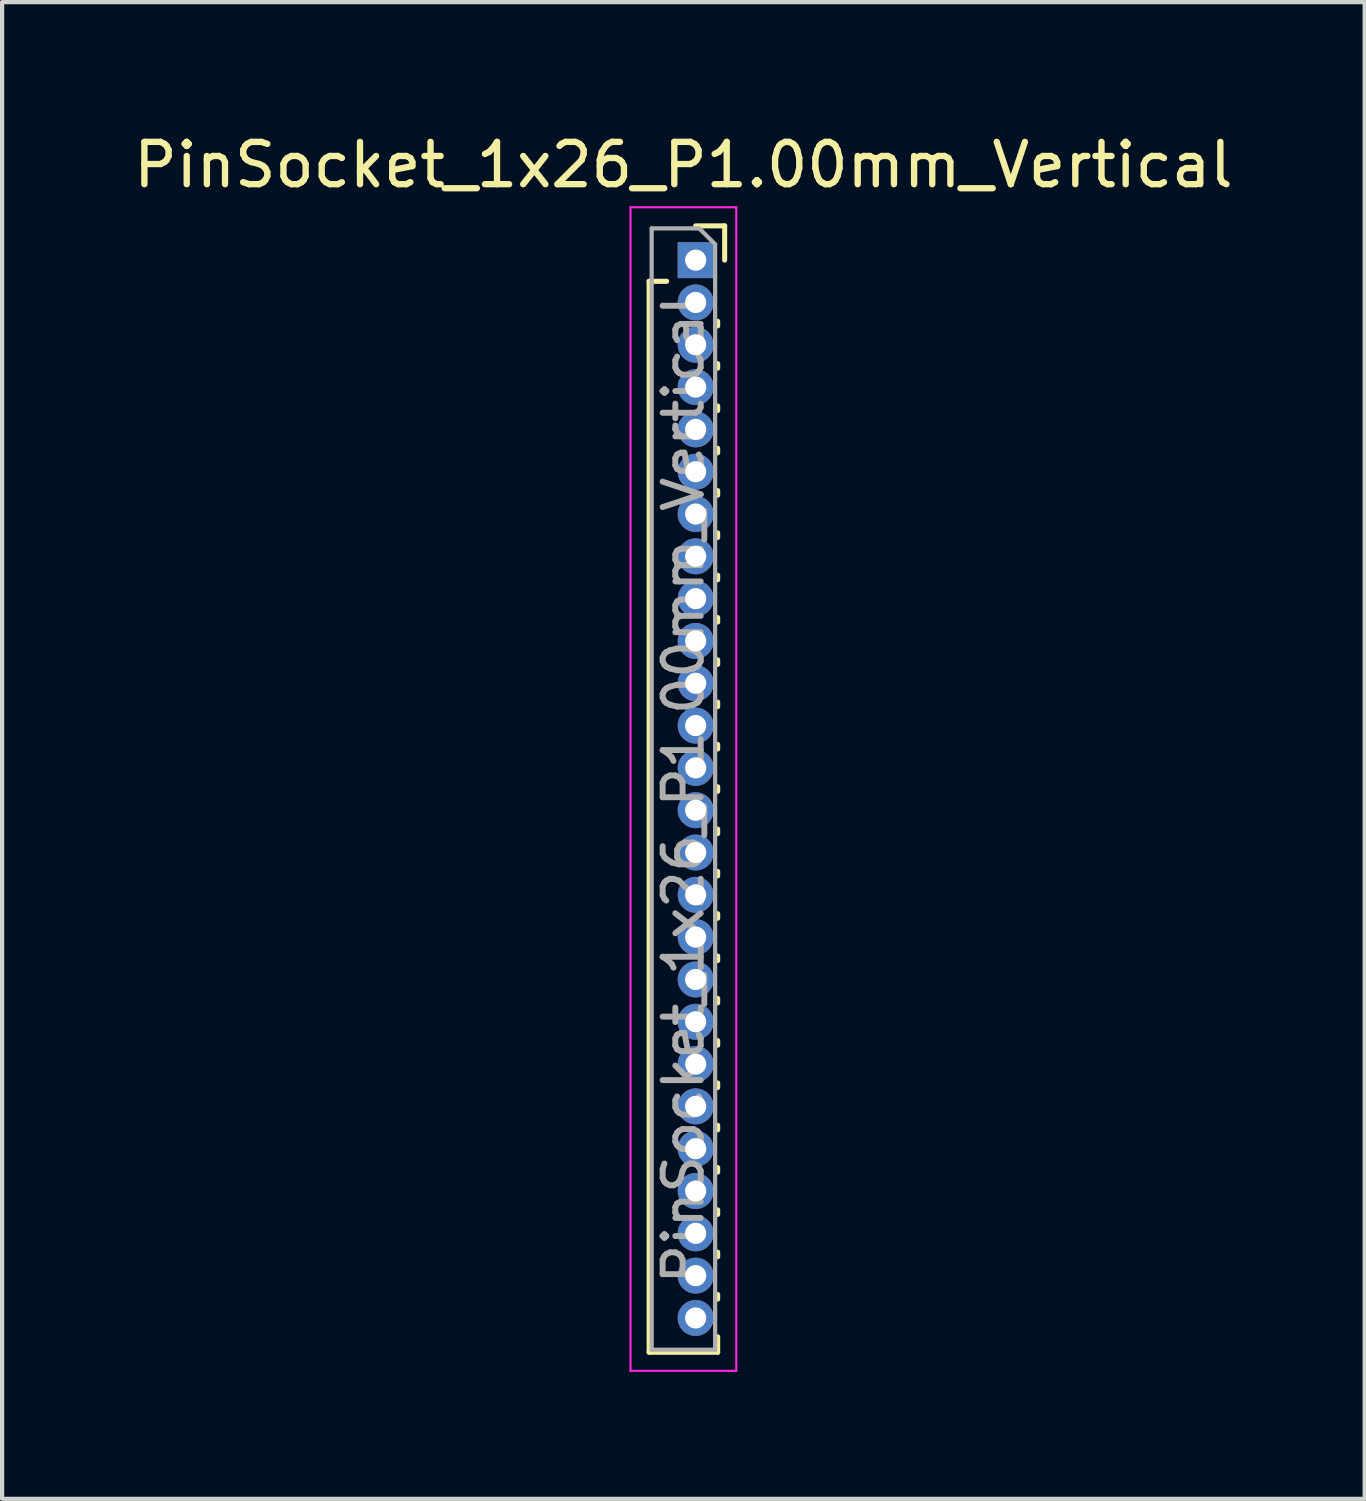
<source format=kicad_pcb>
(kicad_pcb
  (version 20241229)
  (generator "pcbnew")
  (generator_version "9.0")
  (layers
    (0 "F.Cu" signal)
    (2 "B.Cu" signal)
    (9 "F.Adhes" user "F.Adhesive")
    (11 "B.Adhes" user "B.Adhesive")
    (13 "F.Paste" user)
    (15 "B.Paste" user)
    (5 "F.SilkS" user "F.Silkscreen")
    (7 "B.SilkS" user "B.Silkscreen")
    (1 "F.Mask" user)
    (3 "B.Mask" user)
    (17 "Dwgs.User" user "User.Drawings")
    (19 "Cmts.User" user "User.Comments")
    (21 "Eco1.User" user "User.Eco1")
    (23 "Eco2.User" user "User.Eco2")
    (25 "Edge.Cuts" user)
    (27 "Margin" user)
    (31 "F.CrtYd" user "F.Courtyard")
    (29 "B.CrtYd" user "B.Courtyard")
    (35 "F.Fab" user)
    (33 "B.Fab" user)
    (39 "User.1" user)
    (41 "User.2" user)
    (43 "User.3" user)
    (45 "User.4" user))
  (footprint "PinSocket_1x26_P1.00mm_Vertical"
    (layer "F.Cu")
    (at 13.391 3.098)
    (property "Reference" "PinSocket_1x26_P1.00mm_Vertical" (at -0.29 -2.25 0) (layer "F.SilkS") (effects (font (size 1 1) (thickness 0.15))))
    (attr through_hole)
    (fp_line (start -1.1 0.5) (end -1.1 25.81) (stroke (width 0.12) (type solid)) (layer "F.SilkS"))
    (fp_line (start -1.1 0.5) (end -0.685 0.5) (stroke (width 0.12) (type solid)) (layer "F.SilkS"))
    (fp_line (start -1.1 25.81) (end 0.52 25.81) (stroke (width 0.12) (type solid)) (layer "F.SilkS"))
    (fp_line (start 0 -0.81) (end 0.685 -0.81) (stroke (width 0.12) (type solid)) (layer "F.SilkS"))
    (fp_line (start 0.52 1.446) (end 0.52 1.554) (stroke (width 0.12) (type solid)) (layer "F.SilkS"))
    (fp_line (start 0.52 2.446) (end 0.52 2.554) (stroke (width 0.12) (type solid)) (layer "F.SilkS"))
    (fp_line (start 0.52 3.446) (end 0.52 3.554) (stroke (width 0.12) (type solid)) (layer "F.SilkS"))
    (fp_line (start 0.52 4.446) (end 0.52 4.554) (stroke (width 0.12) (type solid)) (layer "F.SilkS"))
    (fp_line (start 0.52 5.446) (end 0.52 5.554) (stroke (width 0.12) (type solid)) (layer "F.SilkS"))
    (fp_line (start 0.52 6.446) (end 0.52 6.554) (stroke (width 0.12) (type solid)) (layer "F.SilkS"))
    (fp_line (start 0.52 7.446) (end 0.52 7.554) (stroke (width 0.12) (type solid)) (layer "F.SilkS"))
    (fp_line (start 0.52 8.446) (end 0.52 8.554) (stroke (width 0.12) (type solid)) (layer "F.SilkS"))
    (fp_line (start 0.52 9.446) (end 0.52 9.554) (stroke (width 0.12) (type solid)) (layer "F.SilkS"))
    (fp_line (start 0.52 10.446) (end 0.52 10.554) (stroke (width 0.12) (type solid)) (layer "F.SilkS"))
    (fp_line (start 0.52 11.446) (end 0.52 11.554) (stroke (width 0.12) (type solid)) (layer "F.SilkS"))
    (fp_line (start 0.52 12.446) (end 0.52 12.554) (stroke (width 0.12) (type solid)) (layer "F.SilkS"))
    (fp_line (start 0.52 13.446) (end 0.52 13.554) (stroke (width 0.12) (type solid)) (layer "F.SilkS"))
    (fp_line (start 0.52 14.446) (end 0.52 14.554) (stroke (width 0.12) (type solid)) (layer "F.SilkS"))
    (fp_line (start 0.52 15.446) (end 0.52 15.554) (stroke (width 0.12) (type solid)) (layer "F.SilkS"))
    (fp_line (start 0.52 16.446) (end 0.52 16.554) (stroke (width 0.12) (type solid)) (layer "F.SilkS"))
    (fp_line (start 0.52 17.446) (end 0.52 17.554) (stroke (width 0.12) (type solid)) (layer "F.SilkS"))
    (fp_line (start 0.52 18.446) (end 0.52 18.554) (stroke (width 0.12) (type solid)) (layer "F.SilkS"))
    (fp_line (start 0.52 19.446) (end 0.52 19.554) (stroke (width 0.12) (type solid)) (layer "F.SilkS"))
    (fp_line (start 0.52 20.446) (end 0.52 20.554) (stroke (width 0.12) (type solid)) (layer "F.SilkS"))
    (fp_line (start 0.52 21.446) (end 0.52 21.554) (stroke (width 0.12) (type solid)) (layer "F.SilkS"))
    (fp_line (start 0.52 22.446) (end 0.52 22.554) (stroke (width 0.12) (type solid)) (layer "F.SilkS"))
    (fp_line (start 0.52 23.446) (end 0.52 23.554) (stroke (width 0.12) (type solid)) (layer "F.SilkS"))
    (fp_line (start 0.52 24.446) (end 0.52 24.554) (stroke (width 0.12) (type solid)) (layer "F.SilkS"))
    (fp_line (start 0.52 25.446) (end 0.52 25.81) (stroke (width 0.12) (type solid)) (layer "F.SilkS"))
    (fp_line (start 0.685 -0.81) (end 0.685 0) (stroke (width 0.12) (type solid)) (layer "F.SilkS"))
    (fp_line (start -1.54 -1.25) (end 0.96 -1.25) (stroke (width 0.05) (type solid)) (layer "F.CrtYd"))
    (fp_line (start -1.54 26.25) (end -1.54 -1.25) (stroke (width 0.05) (type solid)) (layer "F.CrtYd"))
    (fp_line (start 0.96 -1.25) (end 0.96 26.25) (stroke (width 0.05) (type solid)) (layer "F.CrtYd"))
    (fp_line (start 0.96 26.25) (end -1.54 26.25) (stroke (width 0.05) (type solid)) (layer "F.CrtYd"))
    (fp_line (start -1.04 -0.75) (end 0.085 -0.75) (stroke (width 0.1) (type solid)) (layer "F.Fab"))
    (fp_line (start -1.04 25.75) (end -1.04 -0.75) (stroke (width 0.1) (type solid)) (layer "F.Fab"))
    (fp_line (start 0.085 -0.75) (end 0.46 -0.375) (stroke (width 0.1) (type solid)) (layer "F.Fab"))
    (fp_line (start 0.46 -0.375) (end 0.46 25.75) (stroke (width 0.1) (type solid)) (layer "F.Fab"))
    (fp_line (start 0.46 25.75) (end -1.04 25.75) (stroke (width 0.1) (type solid)) (layer "F.Fab"))
    (fp_text user "${REFERENCE}" (at -0.29 12.5 90) (layer "F.Fab") (effects (font (size 0.9 0.9) (thickness 0.14))))
    (pad "1" thru_hole rect (at 0 0) (size 0.85 0.85) (drill 0.5) (layers "*.Cu" "*.Mask"))
    (pad "2" thru_hole oval (at 0 1) (size 0.85 0.85) (drill 0.5) (layers "*.Cu" "*.Mask"))
    (pad "3" thru_hole oval (at 0 2) (size 0.85 0.85) (drill 0.5) (layers "*.Cu" "*.Mask"))
    (pad "4" thru_hole oval (at 0 3) (size 0.85 0.85) (drill 0.5) (layers "*.Cu" "*.Mask"))
    (pad "5" thru_hole oval (at 0 4) (size 0.85 0.85) (drill 0.5) (layers "*.Cu" "*.Mask"))
    (pad "6" thru_hole oval (at 0 5) (size 0.85 0.85) (drill 0.5) (layers "*.Cu" "*.Mask"))
    (pad "7" thru_hole oval (at 0 6) (size 0.85 0.85) (drill 0.5) (layers "*.Cu" "*.Mask"))
    (pad "8" thru_hole oval (at 0 7) (size 0.85 0.85) (drill 0.5) (layers "*.Cu" "*.Mask"))
    (pad "9" thru_hole oval (at 0 8) (size 0.85 0.85) (drill 0.5) (layers "*.Cu" "*.Mask"))
    (pad "10" thru_hole oval (at 0 9) (size 0.85 0.85) (drill 0.5) (layers "*.Cu" "*.Mask"))
    (pad "11" thru_hole oval (at 0 10) (size 0.85 0.85) (drill 0.5) (layers "*.Cu" "*.Mask"))
    (pad "12" thru_hole oval (at 0 11) (size 0.85 0.85) (drill 0.5) (layers "*.Cu" "*.Mask"))
    (pad "13" thru_hole oval (at 0 12) (size 0.85 0.85) (drill 0.5) (layers "*.Cu" "*.Mask"))
    (pad "14" thru_hole oval (at 0 13) (size 0.85 0.85) (drill 0.5) (layers "*.Cu" "*.Mask"))
    (pad "15" thru_hole oval (at 0 14) (size 0.85 0.85) (drill 0.5) (layers "*.Cu" "*.Mask"))
    (pad "16" thru_hole oval (at 0 15) (size 0.85 0.85) (drill 0.5) (layers "*.Cu" "*.Mask"))
    (pad "17" thru_hole oval (at 0 16) (size 0.85 0.85) (drill 0.5) (layers "*.Cu" "*.Mask"))
    (pad "18" thru_hole oval (at 0 17) (size 0.85 0.85) (drill 0.5) (layers "*.Cu" "*.Mask"))
    (pad "19" thru_hole oval (at 0 18) (size 0.85 0.85) (drill 0.5) (layers "*.Cu" "*.Mask"))
    (pad "20" thru_hole oval (at 0 19) (size 0.85 0.85) (drill 0.5) (layers "*.Cu" "*.Mask"))
    (pad "21" thru_hole oval (at 0 20) (size 0.85 0.85) (drill 0.5) (layers "*.Cu" "*.Mask"))
    (pad "22" thru_hole oval (at 0 21) (size 0.85 0.85) (drill 0.5) (layers "*.Cu" "*.Mask"))
    (pad "23" thru_hole oval (at 0 22) (size 0.85 0.85) (drill 0.5) (layers "*.Cu" "*.Mask"))
    (pad "24" thru_hole oval (at 0 23) (size 0.85 0.85) (drill 0.5) (layers "*.Cu" "*.Mask"))
    (pad "25" thru_hole oval (at 0 24) (size 0.85 0.85) (drill 0.5) (layers "*.Cu" "*.Mask"))
    (pad "26" thru_hole oval (at 0 25) (size 0.85 0.85) (drill 0.5) (layers "*.Cu" "*.Mask")))
  (gr_rect
    (start -3 -3)
    (end 29.202 32.373)
    (stroke (width 0.1) (type default))
    (fill no)
    (layer "Edge.Cuts")))
</source>
